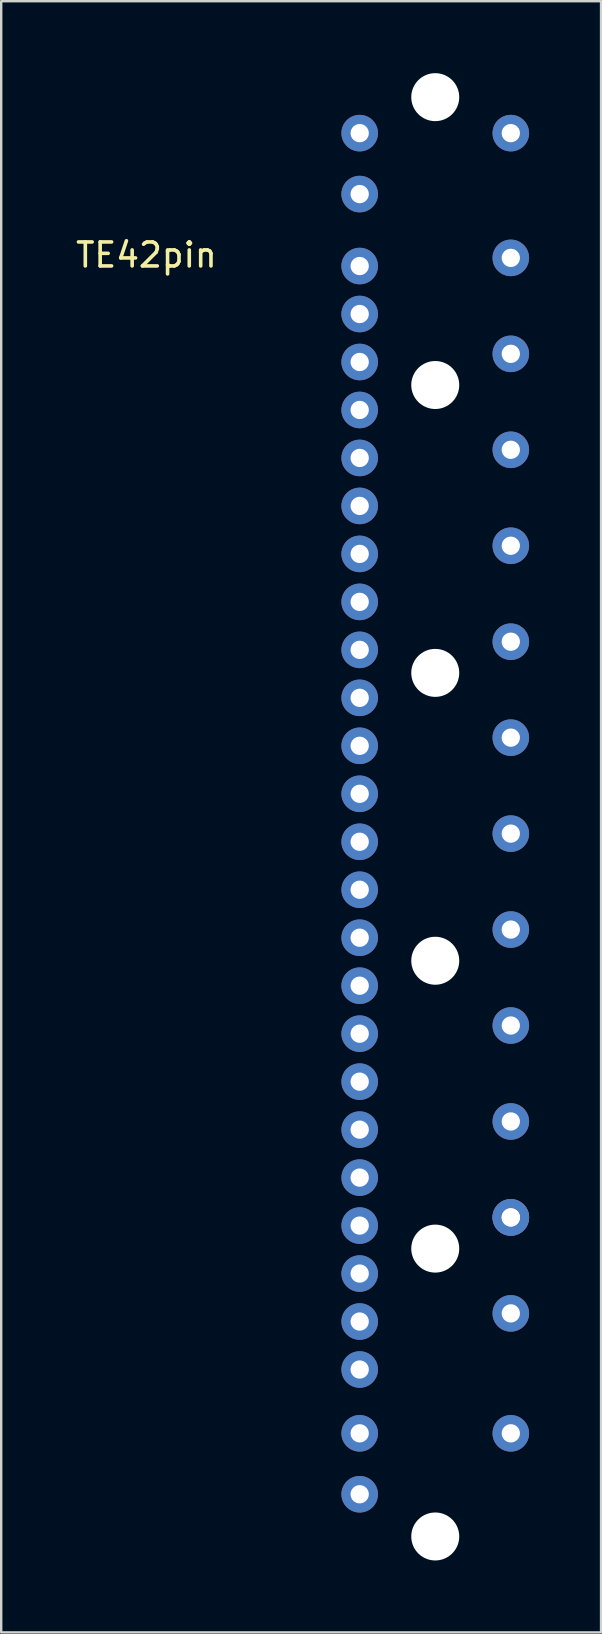
<source format=kicad_pcb>
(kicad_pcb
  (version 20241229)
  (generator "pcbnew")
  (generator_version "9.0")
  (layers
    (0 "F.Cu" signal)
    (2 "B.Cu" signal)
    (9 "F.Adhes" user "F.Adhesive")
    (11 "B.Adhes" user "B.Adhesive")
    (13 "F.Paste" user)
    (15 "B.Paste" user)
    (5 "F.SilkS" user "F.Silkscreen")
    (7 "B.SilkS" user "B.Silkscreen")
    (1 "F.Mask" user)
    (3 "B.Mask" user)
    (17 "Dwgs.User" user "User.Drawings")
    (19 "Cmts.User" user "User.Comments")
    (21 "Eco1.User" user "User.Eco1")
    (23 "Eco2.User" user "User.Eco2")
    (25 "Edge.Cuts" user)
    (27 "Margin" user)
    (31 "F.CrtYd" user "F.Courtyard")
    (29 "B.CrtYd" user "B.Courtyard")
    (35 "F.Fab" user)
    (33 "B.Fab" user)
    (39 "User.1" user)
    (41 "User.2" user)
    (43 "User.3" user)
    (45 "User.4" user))
  (footprint "TE42pin"
    (layer "F.Cu")
    (at 11.944 2.5)
    (property "Reference" "TE42pin" (at -8.89 5.08 0) (layer "F.SilkS") (effects (font (size 1 1) (thickness 0.15))))
    (attr through_hole)
    (pad "" np_thru_hole circle (at 3.15 -1.5) (size 2 2) (drill 2) (layers "*.Cu" "*.Mask"))
    (pad "" np_thru_hole circle (at 3.15 10.5) (size 2 2) (drill 2) (layers "*.Cu" "*.Mask"))
    (pad "" np_thru_hole circle (at 3.15 22.5) (size 2 2) (drill 2) (layers "*.Cu" "*.Mask"))
    (pad "" np_thru_hole circle (at 3.15 34.5) (size 2 2) (drill 2) (layers "*.Cu" "*.Mask"))
    (pad "" np_thru_hole circle (at 3.15 46.5) (size 2 2) (drill 2) (layers "*.Cu" "*.Mask"))
    (pad "" np_thru_hole circle (at 3.15 58.5) (size 2 2) (drill 2) (layers "*.Cu" "*.Mask"))
    (pad "1" thru_hole circle (at 6.3 0) (size 1.524 1.524) (drill 0.762) (layers "*.Cu" "*.Mask"))
    (pad "2" thru_hole circle (at 6.3 5.2) (size 1.524 1.524) (drill 0.762) (layers "*.Cu" "*.Mask"))
    (pad "3" thru_hole circle (at 6.3 9.2) (size 1.524 1.524) (drill 0.762) (layers "*.Cu" "*.Mask"))
    (pad "4" thru_hole circle (at 6.3 13.2) (size 1.524 1.524) (drill 0.762) (layers "*.Cu" "*.Mask"))
    (pad "5" thru_hole circle (at 6.3 17.2) (size 1.524 1.524) (drill 0.762) (layers "*.Cu" "*.Mask"))
    (pad "6" thru_hole circle (at 6.3 21.2) (size 1.524 1.524) (drill 0.762) (layers "*.Cu" "*.Mask"))
    (pad "7" thru_hole circle (at 6.3 25.2) (size 1.524 1.524) (drill 0.762) (layers "*.Cu" "*.Mask"))
    (pad "8" thru_hole circle (at 6.3 29.2) (size 1.524 1.524) (drill 0.762) (layers "*.Cu" "*.Mask"))
    (pad "9" thru_hole circle (at 6.3 33.2) (size 1.524 1.524) (drill 0.762) (layers "*.Cu" "*.Mask"))
    (pad "10" thru_hole circle (at 6.3 37.2) (size 1.524 1.524) (drill 0.762) (layers "*.Cu" "*.Mask"))
    (pad "11" thru_hole circle (at 6.3 41.2) (size 1.524 1.524) (drill 0.762) (layers "*.Cu" "*.Mask"))
    (pad "12" thru_hole circle (at 6.3 45.2) (size 1.524 1.524) (drill 0.762) (layers "*.Cu" "*.Mask"))
    (pad "12" thru_hole circle (at 6.3 45.2) (size 1.524 1.524) (drill 0.762) (layers "*.Cu" "*.Mask"))
    (pad "13" thru_hole circle (at 6.3 49.2) (size 1.524 1.524) (drill 0.762) (layers "*.Cu" "*.Mask"))
    (pad "14" thru_hole circle (at 6.3 54.2) (size 1.524 1.524) (drill 0.762) (layers "*.Cu" "*.Mask"))
    (pad "15" thru_hole circle (at 0 56.74) (size 1.524 1.524) (drill 0.762) (layers "*.Cu" "*.Mask"))
    (pad "16" thru_hole circle (at 0 54.2) (size 1.524 1.524) (drill 0.762) (layers "*.Cu" "*.Mask"))
    (pad "17" thru_hole circle (at 0 51.54) (size 1.524 1.524) (drill 0.762) (layers "*.Cu" "*.Mask"))
    (pad "18" thru_hole circle (at 0 49.54) (size 1.524 1.524) (drill 0.762) (layers "*.Cu" "*.Mask"))
    (pad "19" thru_hole circle (at 0 47.54) (size 1.524 1.524) (drill 0.762) (layers "*.Cu" "*.Mask"))
    (pad "20" thru_hole circle (at 0 45.54) (size 1.524 1.524) (drill 0.762) (layers "*.Cu" "*.Mask"))
    (pad "21" thru_hole circle (at 0 43.54) (size 1.524 1.524) (drill 0.762) (layers "*.Cu" "*.Mask"))
    (pad "22" thru_hole circle (at 0 41.54) (size 1.524 1.524) (drill 0.762) (layers "*.Cu" "*.Mask"))
    (pad "23" thru_hole circle (at 0 39.54) (size 1.524 1.524) (drill 0.762) (layers "*.Cu" "*.Mask"))
    (pad "24" thru_hole circle (at 0 37.54) (size 1.524 1.524) (drill 0.762) (layers "*.Cu" "*.Mask"))
    (pad "25" thru_hole circle (at 0 35.54) (size 1.524 1.524) (drill 0.762) (layers "*.Cu" "*.Mask"))
    (pad "26" thru_hole circle (at 0 33.54) (size 1.524 1.524) (drill 0.762) (layers "*.Cu" "*.Mask"))
    (pad "27" thru_hole circle (at 0 31.54) (size 1.524 1.524) (drill 0.762) (layers "*.Cu" "*.Mask"))
    (pad "28" thru_hole circle (at 0 29.54) (size 1.524 1.524) (drill 0.762) (layers "*.Cu" "*.Mask"))
    (pad "29" thru_hole circle (at 0 27.54) (size 1.524 1.524) (drill 0.762) (layers "*.Cu" "*.Mask"))
    (pad "30" thru_hole circle (at 0 25.54) (size 1.524 1.524) (drill 0.762) (layers "*.Cu" "*.Mask"))
    (pad "31" thru_hole circle (at 0 23.54) (size 1.524 1.524) (drill 0.762) (layers "*.Cu" "*.Mask"))
    (pad "32" thru_hole circle (at 0 21.54) (size 1.524 1.524) (drill 0.762) (layers "*.Cu" "*.Mask"))
    (pad "33" thru_hole circle (at 0 19.54) (size 1.524 1.524) (drill 0.762) (layers "*.Cu" "*.Mask"))
    (pad "34" thru_hole circle (at 0 17.54) (size 1.524 1.524) (drill 0.762) (layers "*.Cu" "*.Mask"))
    (pad "35" thru_hole circle (at 0 15.54) (size 1.524 1.524) (drill 0.762) (layers "*.Cu" "*.Mask"))
    (pad "36" thru_hole circle (at 0 13.54) (size 1.524 1.524) (drill 0.762) (layers "*.Cu" "*.Mask"))
    (pad "37" thru_hole circle (at 0 11.54) (size 1.524 1.524) (drill 0.762) (layers "*.Cu" "*.Mask"))
    (pad "38" thru_hole circle (at 0 9.54) (size 1.524 1.524) (drill 0.762) (layers "*.Cu" "*.Mask"))
    (pad "39" thru_hole circle (at 0 7.54) (size 1.524 1.524) (drill 0.762) (layers "*.Cu" "*.Mask"))
    (pad "40" thru_hole circle (at 0 5.54) (size 1.524 1.524) (drill 0.762) (layers "*.Cu" "*.Mask"))
    (pad "41" thru_hole circle (at 0 2.54) (size 1.524 1.524) (drill 0.762) (layers "*.Cu" "*.Mask"))
    (pad "42" thru_hole circle (at 0 0) (size 1.524 1.524) (drill 0.762) (layers "*.Cu" "*.Mask")))
  (gr_rect
    (start -3 -3)
    (end 22.006 65)
    (stroke (width 0.1) (type default))
    (fill no)
    (layer "Edge.Cuts")))
</source>
